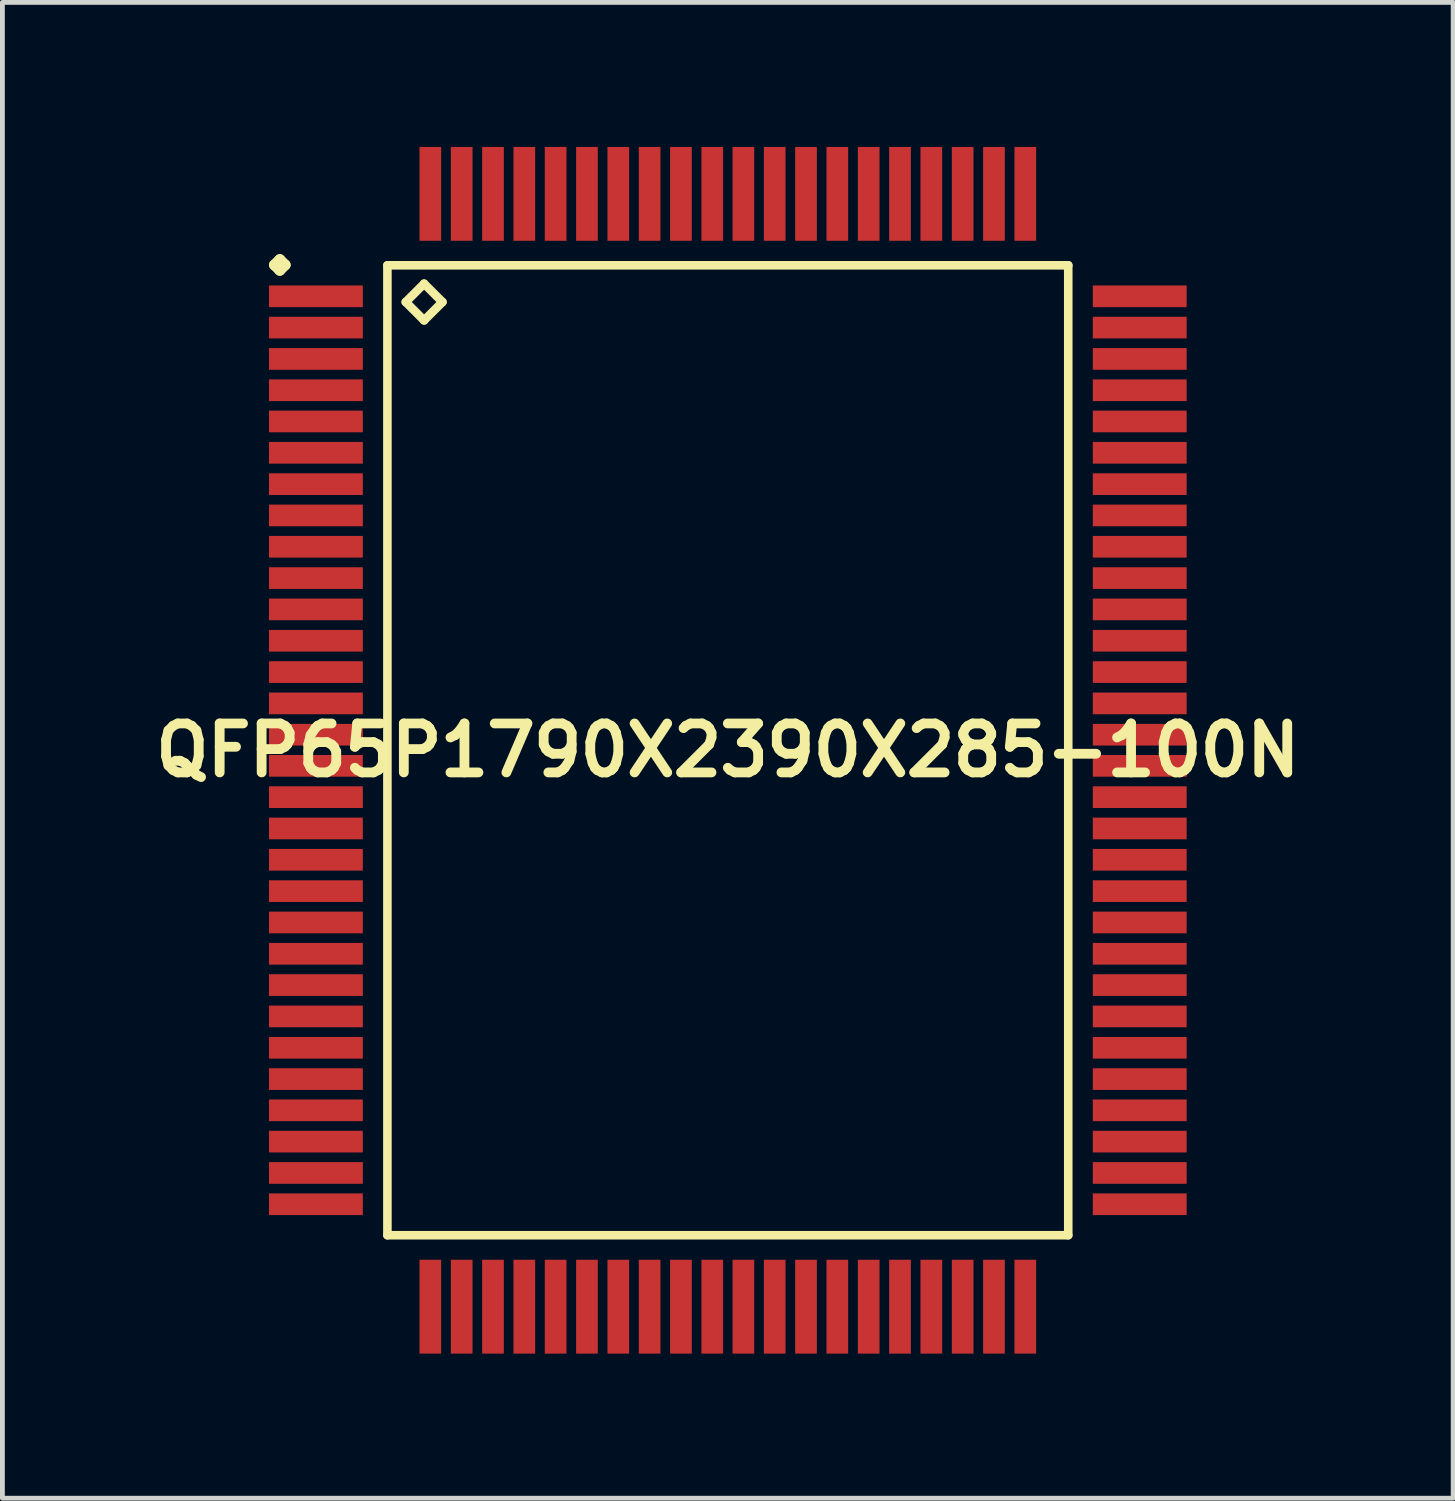
<source format=kicad_pcb>
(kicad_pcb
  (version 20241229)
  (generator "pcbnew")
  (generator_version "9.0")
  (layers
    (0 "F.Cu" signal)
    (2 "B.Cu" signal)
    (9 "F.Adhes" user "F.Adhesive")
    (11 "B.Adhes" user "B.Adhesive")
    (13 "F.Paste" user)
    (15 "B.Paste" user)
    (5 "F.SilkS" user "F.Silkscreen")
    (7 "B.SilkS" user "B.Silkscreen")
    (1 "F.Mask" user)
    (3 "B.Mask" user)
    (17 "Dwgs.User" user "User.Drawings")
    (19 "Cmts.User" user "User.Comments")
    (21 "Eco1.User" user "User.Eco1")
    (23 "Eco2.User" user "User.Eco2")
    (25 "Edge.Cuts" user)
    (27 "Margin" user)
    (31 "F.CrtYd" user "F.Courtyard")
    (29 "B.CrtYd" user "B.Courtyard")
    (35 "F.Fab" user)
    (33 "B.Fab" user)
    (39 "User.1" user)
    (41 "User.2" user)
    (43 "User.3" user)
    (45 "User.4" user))
  (footprint "QFP65P1790X2390X285-100N"
    (layer "F.Cu")
    (at 12.057 12.523)
    (property "Reference" "QFP65P1790X2390X285-100N" (at 0 0 0) (layer "F.SilkS") (effects (font (size 1.016 1.016) (thickness 0.203))))
    (attr smd)
    (fp_line (start -9.411 -10.074) (end -9.299 -10.185) (stroke (width 0.224) (type solid)) (layer "F.SilkS"))
    (fp_line (start -9.299 -10.185) (end -9.187 -10.074) (stroke (width 0.224) (type solid)) (layer "F.SilkS"))
    (fp_line (start -9.299 -9.962) (end -9.411 -10.074) (stroke (width 0.224) (type solid)) (layer "F.SilkS"))
    (fp_line (start -9.187 -10.074) (end -9.299 -9.962) (stroke (width 0.224) (type solid)) (layer "F.SilkS"))
    (fp_line (start -7.066 -10.066) (end -7.066 10.066) (stroke (width 0.178) (type solid)) (layer "F.SilkS"))
    (fp_line (start -7.066 10.066) (end 7.066 10.066) (stroke (width 0.178) (type solid)) (layer "F.SilkS"))
    (fp_line (start -6.685 -9.304) (end -6.304 -9.685) (stroke (width 0.178) (type solid)) (layer "F.SilkS"))
    (fp_line (start -6.304 -9.685) (end -5.923 -9.304) (stroke (width 0.178) (type solid)) (layer "F.SilkS"))
    (fp_line (start -6.304 -8.923) (end -6.685 -9.304) (stroke (width 0.178) (type solid)) (layer "F.SilkS"))
    (fp_line (start -5.923 -9.304) (end -6.304 -8.923) (stroke (width 0.178) (type solid)) (layer "F.SilkS"))
    (fp_line (start 7.066 -10.066) (end -7.066 -10.066) (stroke (width 0.178) (type solid)) (layer "F.SilkS"))
    (fp_line (start 7.066 10.066) (end 7.066 -10.066) (stroke (width 0.178) (type solid)) (layer "F.SilkS"))
    (pad "1" smd rect (at -8.55 -9.423) (size 1.948 0.45) (layers "F.Cu" "F.Mask" "F.Paste"))
    (pad "2" smd rect (at -8.55 -8.773) (size 1.948 0.45) (layers "F.Cu" "F.Mask" "F.Paste"))
    (pad "3" smd rect (at -8.55 -8.123) (size 1.948 0.45) (layers "F.Cu" "F.Mask" "F.Paste"))
    (pad "4" smd rect (at -8.55 -7.473) (size 1.948 0.45) (layers "F.Cu" "F.Mask" "F.Paste"))
    (pad "5" smd rect (at -8.55 -6.825) (size 1.948 0.45) (layers "F.Cu" "F.Mask" "F.Paste"))
    (pad "6" smd rect (at -8.55 -6.175) (size 1.948 0.45) (layers "F.Cu" "F.Mask" "F.Paste"))
    (pad "7" smd rect (at -8.55 -5.524) (size 1.948 0.45) (layers "F.Cu" "F.Mask" "F.Paste"))
    (pad "8" smd rect (at -8.55 -4.874) (size 1.948 0.45) (layers "F.Cu" "F.Mask" "F.Paste"))
    (pad "9" smd rect (at -8.55 -4.224) (size 1.948 0.45) (layers "F.Cu" "F.Mask" "F.Paste"))
    (pad "10" smd rect (at -8.55 -3.574) (size 1.948 0.45) (layers "F.Cu" "F.Mask" "F.Paste"))
    (pad "11" smd rect (at -8.55 -2.924) (size 1.948 0.45) (layers "F.Cu" "F.Mask" "F.Paste"))
    (pad "12" smd rect (at -8.55 -2.273) (size 1.948 0.45) (layers "F.Cu" "F.Mask" "F.Paste"))
    (pad "13" smd rect (at -8.55 -1.623) (size 1.948 0.45) (layers "F.Cu" "F.Mask" "F.Paste"))
    (pad "14" smd rect (at -8.55 -0.973) (size 1.948 0.45) (layers "F.Cu" "F.Mask" "F.Paste"))
    (pad "15" smd rect (at -8.55 -0.323) (size 1.948 0.45) (layers "F.Cu" "F.Mask" "F.Paste"))
    (pad "16" smd rect (at -8.55 0.323) (size 1.948 0.45) (layers "F.Cu" "F.Mask" "F.Paste"))
    (pad "17" smd rect (at -8.55 0.973) (size 1.948 0.45) (layers "F.Cu" "F.Mask" "F.Paste"))
    (pad "18" smd rect (at -8.55 1.623) (size 1.948 0.45) (layers "F.Cu" "F.Mask" "F.Paste"))
    (pad "19" smd rect (at -8.55 2.273) (size 1.948 0.45) (layers "F.Cu" "F.Mask" "F.Paste"))
    (pad "20" smd rect (at -8.55 2.924) (size 1.948 0.45) (layers "F.Cu" "F.Mask" "F.Paste"))
    (pad "21" smd rect (at -8.55 3.574) (size 1.948 0.45) (layers "F.Cu" "F.Mask" "F.Paste"))
    (pad "22" smd rect (at -8.55 4.224) (size 1.948 0.45) (layers "F.Cu" "F.Mask" "F.Paste"))
    (pad "23" smd rect (at -8.55 4.874) (size 1.948 0.45) (layers "F.Cu" "F.Mask" "F.Paste"))
    (pad "24" smd rect (at -8.55 5.524) (size 1.948 0.45) (layers "F.Cu" "F.Mask" "F.Paste"))
    (pad "25" smd rect (at -8.55 6.175) (size 1.948 0.45) (layers "F.Cu" "F.Mask" "F.Paste"))
    (pad "26" smd rect (at -8.55 6.825) (size 1.948 0.45) (layers "F.Cu" "F.Mask" "F.Paste"))
    (pad "27" smd rect (at -8.55 7.473) (size 1.948 0.45) (layers "F.Cu" "F.Mask" "F.Paste"))
    (pad "28" smd rect (at -8.55 8.123) (size 1.948 0.45) (layers "F.Cu" "F.Mask" "F.Paste"))
    (pad "29" smd rect (at -8.55 8.773) (size 1.948 0.45) (layers "F.Cu" "F.Mask" "F.Paste"))
    (pad "30" smd rect (at -8.55 9.423) (size 1.948 0.45) (layers "F.Cu" "F.Mask" "F.Paste"))
    (pad "31" smd rect (at -6.175 11.549) (size 0.45 1.948) (layers "F.Cu" "F.Mask" "F.Paste"))
    (pad "32" smd rect (at -5.524 11.549) (size 0.45 1.948) (layers "F.Cu" "F.Mask" "F.Paste"))
    (pad "33" smd rect (at -4.874 11.549) (size 0.45 1.948) (layers "F.Cu" "F.Mask" "F.Paste"))
    (pad "34" smd rect (at -4.224 11.549) (size 0.45 1.948) (layers "F.Cu" "F.Mask" "F.Paste"))
    (pad "35" smd rect (at -3.574 11.549) (size 0.45 1.948) (layers "F.Cu" "F.Mask" "F.Paste"))
    (pad "36" smd rect (at -2.924 11.549) (size 0.45 1.948) (layers "F.Cu" "F.Mask" "F.Paste"))
    (pad "37" smd rect (at -2.273 11.549) (size 0.45 1.948) (layers "F.Cu" "F.Mask" "F.Paste"))
    (pad "38" smd rect (at -1.623 11.549) (size 0.45 1.948) (layers "F.Cu" "F.Mask" "F.Paste"))
    (pad "39" smd rect (at -0.973 11.549) (size 0.45 1.948) (layers "F.Cu" "F.Mask" "F.Paste"))
    (pad "40" smd rect (at -0.323 11.549) (size 0.45 1.948) (layers "F.Cu" "F.Mask" "F.Paste"))
    (pad "41" smd rect (at 0.323 11.549) (size 0.45 1.948) (layers "F.Cu" "F.Mask" "F.Paste"))
    (pad "42" smd rect (at 0.973 11.549) (size 0.45 1.948) (layers "F.Cu" "F.Mask" "F.Paste"))
    (pad "43" smd rect (at 1.623 11.549) (size 0.45 1.948) (layers "F.Cu" "F.Mask" "F.Paste"))
    (pad "44" smd rect (at 2.273 11.549) (size 0.45 1.948) (layers "F.Cu" "F.Mask" "F.Paste"))
    (pad "45" smd rect (at 2.924 11.549) (size 0.45 1.948) (layers "F.Cu" "F.Mask" "F.Paste"))
    (pad "46" smd rect (at 3.574 11.549) (size 0.45 1.948) (layers "F.Cu" "F.Mask" "F.Paste"))
    (pad "47" smd rect (at 4.224 11.549) (size 0.45 1.948) (layers "F.Cu" "F.Mask" "F.Paste"))
    (pad "48" smd rect (at 4.874 11.549) (size 0.45 1.948) (layers "F.Cu" "F.Mask" "F.Paste"))
    (pad "49" smd rect (at 5.524 11.549) (size 0.45 1.948) (layers "F.Cu" "F.Mask" "F.Paste"))
    (pad "50" smd rect (at 6.175 11.549) (size 0.45 1.948) (layers "F.Cu" "F.Mask" "F.Paste"))
    (pad "51" smd rect (at 8.55 9.423) (size 1.948 0.45) (layers "F.Cu" "F.Mask" "F.Paste"))
    (pad "52" smd rect (at 8.55 8.773) (size 1.948 0.45) (layers "F.Cu" "F.Mask" "F.Paste"))
    (pad "53" smd rect (at 8.55 8.123) (size 1.948 0.45) (layers "F.Cu" "F.Mask" "F.Paste"))
    (pad "54" smd rect (at 8.55 7.473) (size 1.948 0.45) (layers "F.Cu" "F.Mask" "F.Paste"))
    (pad "55" smd rect (at 8.55 6.825) (size 1.948 0.45) (layers "F.Cu" "F.Mask" "F.Paste"))
    (pad "56" smd rect (at 8.55 6.175) (size 1.948 0.45) (layers "F.Cu" "F.Mask" "F.Paste"))
    (pad "57" smd rect (at 8.55 5.524) (size 1.948 0.45) (layers "F.Cu" "F.Mask" "F.Paste"))
    (pad "58" smd rect (at 8.55 4.874) (size 1.948 0.45) (layers "F.Cu" "F.Mask" "F.Paste"))
    (pad "59" smd rect (at 8.55 4.224) (size 1.948 0.45) (layers "F.Cu" "F.Mask" "F.Paste"))
    (pad "60" smd rect (at 8.55 3.574) (size 1.948 0.45) (layers "F.Cu" "F.Mask" "F.Paste"))
    (pad "61" smd rect (at 8.55 2.924) (size 1.948 0.45) (layers "F.Cu" "F.Mask" "F.Paste"))
    (pad "62" smd rect (at 8.55 2.273) (size 1.948 0.45) (layers "F.Cu" "F.Mask" "F.Paste"))
    (pad "63" smd rect (at 8.55 1.623) (size 1.948 0.45) (layers "F.Cu" "F.Mask" "F.Paste"))
    (pad "64" smd rect (at 8.55 0.973) (size 1.948 0.45) (layers "F.Cu" "F.Mask" "F.Paste"))
    (pad "65" smd rect (at 8.55 0.323) (size 1.948 0.45) (layers "F.Cu" "F.Mask" "F.Paste"))
    (pad "66" smd rect (at 8.55 -0.323) (size 1.948 0.45) (layers "F.Cu" "F.Mask" "F.Paste"))
    (pad "67" smd rect (at 8.55 -0.973) (size 1.948 0.45) (layers "F.Cu" "F.Mask" "F.Paste"))
    (pad "68" smd rect (at 8.55 -1.623) (size 1.948 0.45) (layers "F.Cu" "F.Mask" "F.Paste"))
    (pad "69" smd rect (at 8.55 -2.273) (size 1.948 0.45) (layers "F.Cu" "F.Mask" "F.Paste"))
    (pad "70" smd rect (at 8.55 -2.924) (size 1.948 0.45) (layers "F.Cu" "F.Mask" "F.Paste"))
    (pad "71" smd rect (at 8.55 -3.574) (size 1.948 0.45) (layers "F.Cu" "F.Mask" "F.Paste"))
    (pad "72" smd rect (at 8.55 -4.224) (size 1.948 0.45) (layers "F.Cu" "F.Mask" "F.Paste"))
    (pad "73" smd rect (at 8.55 -4.874) (size 1.948 0.45) (layers "F.Cu" "F.Mask" "F.Paste"))
    (pad "74" smd rect (at 8.55 -5.524) (size 1.948 0.45) (layers "F.Cu" "F.Mask" "F.Paste"))
    (pad "75" smd rect (at 8.55 -6.175) (size 1.948 0.45) (layers "F.Cu" "F.Mask" "F.Paste"))
    (pad "76" smd rect (at 8.55 -6.825) (size 1.948 0.45) (layers "F.Cu" "F.Mask" "F.Paste"))
    (pad "77" smd rect (at 8.55 -7.473) (size 1.948 0.45) (layers "F.Cu" "F.Mask" "F.Paste"))
    (pad "78" smd rect (at 8.55 -8.123) (size 1.948 0.45) (layers "F.Cu" "F.Mask" "F.Paste"))
    (pad "79" smd rect (at 8.55 -8.773) (size 1.948 0.45) (layers "F.Cu" "F.Mask" "F.Paste"))
    (pad "80" smd rect (at 8.55 -9.423) (size 1.948 0.45) (layers "F.Cu" "F.Mask" "F.Paste"))
    (pad "81" smd rect (at 6.175 -11.549) (size 0.45 1.948) (layers "F.Cu" "F.Mask" "F.Paste"))
    (pad "82" smd rect (at 5.524 -11.549) (size 0.45 1.948) (layers "F.Cu" "F.Mask" "F.Paste"))
    (pad "83" smd rect (at 4.874 -11.549) (size 0.45 1.948) (layers "F.Cu" "F.Mask" "F.Paste"))
    (pad "84" smd rect (at 4.224 -11.549) (size 0.45 1.948) (layers "F.Cu" "F.Mask" "F.Paste"))
    (pad "85" smd rect (at 3.574 -11.549) (size 0.45 1.948) (layers "F.Cu" "F.Mask" "F.Paste"))
    (pad "86" smd rect (at 2.924 -11.549) (size 0.45 1.948) (layers "F.Cu" "F.Mask" "F.Paste"))
    (pad "87" smd rect (at 2.273 -11.549) (size 0.45 1.948) (layers "F.Cu" "F.Mask" "F.Paste"))
    (pad "88" smd rect (at 1.623 -11.549) (size 0.45 1.948) (layers "F.Cu" "F.Mask" "F.Paste"))
    (pad "89" smd rect (at 0.973 -11.549) (size 0.45 1.948) (layers "F.Cu" "F.Mask" "F.Paste"))
    (pad "90" smd rect (at 0.323 -11.549) (size 0.45 1.948) (layers "F.Cu" "F.Mask" "F.Paste"))
    (pad "91" smd rect (at -0.323 -11.549) (size 0.45 1.948) (layers "F.Cu" "F.Mask" "F.Paste"))
    (pad "92" smd rect (at -0.973 -11.549) (size 0.45 1.948) (layers "F.Cu" "F.Mask" "F.Paste"))
    (pad "93" smd rect (at -1.623 -11.549) (size 0.45 1.948) (layers "F.Cu" "F.Mask" "F.Paste"))
    (pad "94" smd rect (at -2.273 -11.549) (size 0.45 1.948) (layers "F.Cu" "F.Mask" "F.Paste"))
    (pad "95" smd rect (at -2.924 -11.549) (size 0.45 1.948) (layers "F.Cu" "F.Mask" "F.Paste"))
    (pad "96" smd rect (at -3.574 -11.549) (size 0.45 1.948) (layers "F.Cu" "F.Mask" "F.Paste"))
    (pad "97" smd rect (at -4.224 -11.549) (size 0.45 1.948) (layers "F.Cu" "F.Mask" "F.Paste"))
    (pad "98" smd rect (at -4.874 -11.549) (size 0.45 1.948) (layers "F.Cu" "F.Mask" "F.Paste"))
    (pad "99" smd rect (at -5.524 -11.549) (size 0.45 1.948) (layers "F.Cu" "F.Mask" "F.Paste"))
    (pad "100" smd rect (at -6.175 -11.549) (size 0.45 1.948) (layers "F.Cu" "F.Mask" "F.Paste")))
  (gr_rect
    (start -3 -3)
    (end 27.113 28.047)
    (stroke (width 0.1) (type default))
    (fill no)
    (layer "Edge.Cuts")))
</source>
